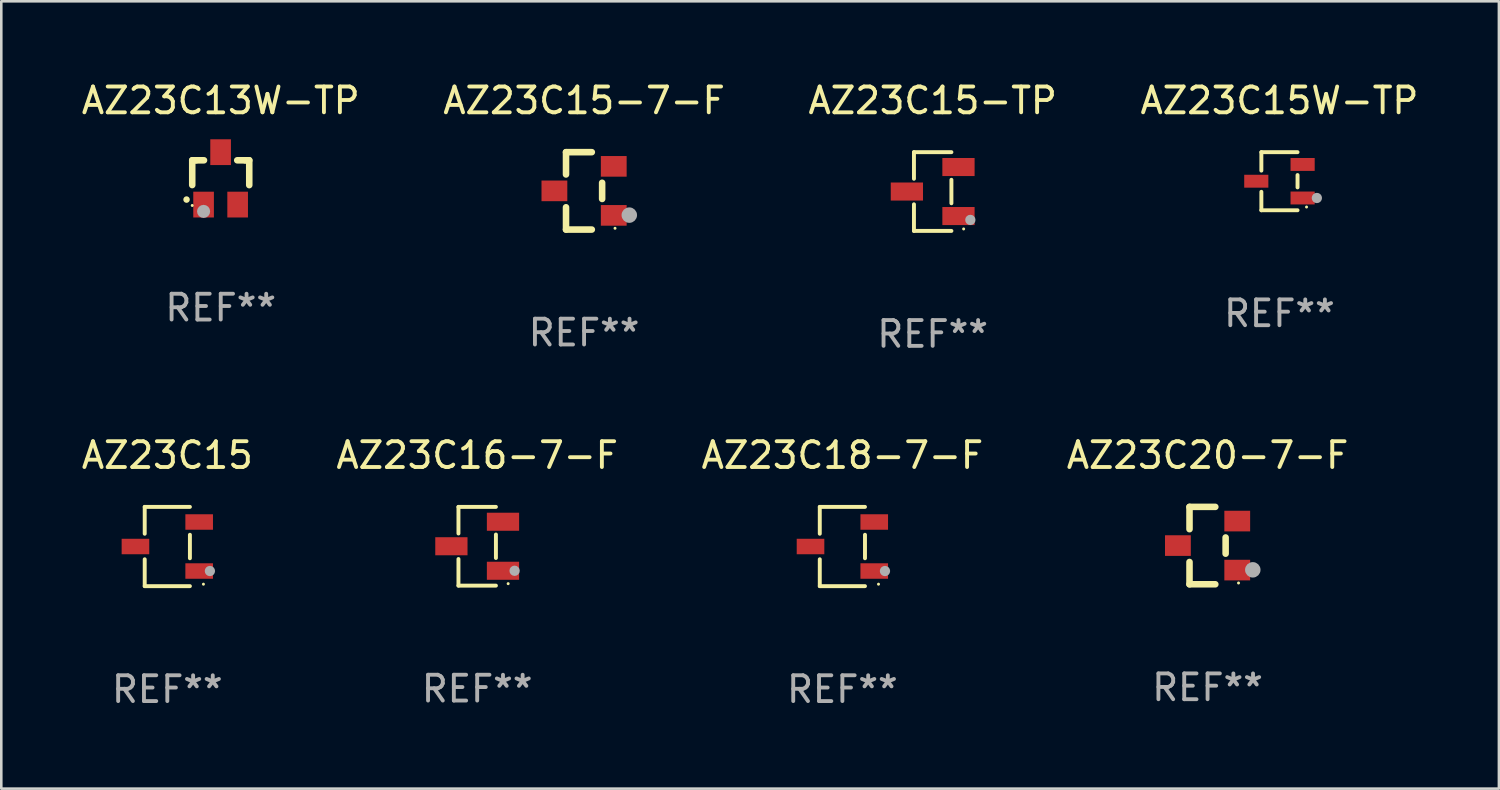
<source format=kicad_pcb>
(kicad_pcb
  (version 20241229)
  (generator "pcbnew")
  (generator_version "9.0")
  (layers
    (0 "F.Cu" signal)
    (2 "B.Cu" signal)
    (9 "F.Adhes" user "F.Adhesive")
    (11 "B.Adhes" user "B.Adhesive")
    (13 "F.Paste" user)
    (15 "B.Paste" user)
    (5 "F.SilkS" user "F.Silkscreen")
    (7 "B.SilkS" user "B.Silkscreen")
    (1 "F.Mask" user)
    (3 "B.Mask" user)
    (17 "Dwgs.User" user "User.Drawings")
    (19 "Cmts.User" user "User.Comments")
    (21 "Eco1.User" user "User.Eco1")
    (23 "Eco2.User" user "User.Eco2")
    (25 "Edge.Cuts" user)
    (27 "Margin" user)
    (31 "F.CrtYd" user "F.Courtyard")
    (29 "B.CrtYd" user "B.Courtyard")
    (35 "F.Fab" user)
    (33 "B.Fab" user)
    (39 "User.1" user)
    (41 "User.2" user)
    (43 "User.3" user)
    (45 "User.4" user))
  (footprint "AZ23C15"
    (layer "F.Cu")
    (at 3.435 18.133)
    (property "Reference" "AZ23C15" (at 0 -3.536 0) (layer "F.SilkS") (effects (font (size 1 1) (thickness 0.15))))
    (attr through_hole)
    (fp_line (start -0.876 -1.536) (end -0.876 -0.495) (stroke (width 0.152) (type solid)) (layer "F.SilkS"))
    (fp_line (start -0.876 1.536) (end -0.876 0.495) (stroke (width 0.152) (type solid)) (layer "F.SilkS"))
    (fp_line (start 0.876 -1.536) (end -0.876 -1.536) (stroke (width 0.152) (type solid)) (layer "F.SilkS"))
    (fp_line (start 0.876 -0.455) (end 0.876 0.455) (stroke (width 0.152) (type solid)) (layer "F.SilkS"))
    (fp_line (start 0.876 1.536) (end -0.876 1.536) (stroke (width 0.152) (type solid)) (layer "F.SilkS"))
    (fp_circle (center 1.4 1.46) (end 1.43 1.46) (stroke (width 0.06) (type solid)) (fill no) (layer "F.SilkS"))
    (fp_circle (center 1.651 0.95) (end 1.751 0.95) (stroke (width 0.2) (type solid)) (fill no) (layer "F.Fab"))
    (fp_text user "REF**" (at 0 5.536 0) (layer "F.Fab") (effects (font (size 1 1) (thickness 0.15))))
    (pad "1" smd rect (at 1.235 0.95) (size 1.07 0.6) (layers "F.Cu" "F.Mask" "F.Paste"))
    (pad "2" smd rect (at 1.235 -0.95) (size 1.07 0.6) (layers "F.Cu" "F.Mask" "F.Paste"))
    (pad "3" smd rect (at -1.235 0) (size 1.07 0.6) (layers "F.Cu" "F.Mask" "F.Paste")))
  (footprint "AZ23C15-TP"
    (layer "F.Cu")
    (at 33.101 4.374)
    (property "Reference" "AZ23C15-TP" (at 0 -3.526 0) (layer "F.SilkS") (effects (font (size 1 1) (thickness 0.15))))
    (attr through_hole)
    (fp_line (start -0.726 -1.526) (end -0.726 -0.495) (stroke (width 0.152) (type solid)) (layer "F.SilkS"))
    (fp_line (start -0.726 1.526) (end -0.726 0.495) (stroke (width 0.152) (type solid)) (layer "F.SilkS"))
    (fp_line (start 0.726 -1.526) (end -0.726 -1.526) (stroke (width 0.152) (type solid)) (layer "F.SilkS"))
    (fp_line (start 0.726 -0.455) (end 0.726 0.455) (stroke (width 0.152) (type solid)) (layer "F.SilkS"))
    (fp_line (start 0.726 1.526) (end -0.726 1.526) (stroke (width 0.152) (type solid)) (layer "F.SilkS"))
    (fp_circle (center 1.2 1.45) (end 1.23 1.45) (stroke (width 0.06) (type solid)) (fill no) (layer "F.SilkS"))
    (fp_circle (center 1.46 1.1) (end 1.56 1.1) (stroke (width 0.2) (type solid)) (fill no) (layer "F.Fab"))
    (fp_text user "REF**" (at 0 5.526 0) (layer "F.Fab") (effects (font (size 1 1) (thickness 0.15))))
    (pad "1" smd rect (at 1 0.95) (size 1.25 0.7) (layers "F.Cu" "F.Mask" "F.Paste"))
    (pad "2" smd rect (at 1 -0.95) (size 1.25 0.7) (layers "F.Cu" "F.Mask" "F.Paste"))
    (pad "3" smd rect (at -1 0) (size 1.25 0.7) (layers "F.Cu" "F.Mask" "F.Paste")))
  (footprint "AZ23C18-7-F"
    (layer "F.Cu")
    (at 29.601 18.133)
    (property "Reference" "AZ23C18-7-F" (at 0 -3.536 0) (layer "F.SilkS") (effects (font (size 1 1) (thickness 0.15))))
    (attr through_hole)
    (fp_line (start -0.876 -1.536) (end -0.876 -0.495) (stroke (width 0.152) (type solid)) (layer "F.SilkS"))
    (fp_line (start -0.876 1.536) (end -0.876 0.495) (stroke (width 0.152) (type solid)) (layer "F.SilkS"))
    (fp_line (start 0.876 -1.536) (end -0.876 -1.536) (stroke (width 0.152) (type solid)) (layer "F.SilkS"))
    (fp_line (start 0.876 -0.455) (end 0.876 0.455) (stroke (width 0.152) (type solid)) (layer "F.SilkS"))
    (fp_line (start 0.876 1.536) (end -0.876 1.536) (stroke (width 0.152) (type solid)) (layer "F.SilkS"))
    (fp_circle (center 1.4 1.46) (end 1.43 1.46) (stroke (width 0.06) (type solid)) (fill no) (layer "F.SilkS"))
    (fp_circle (center 1.651 0.95) (end 1.751 0.95) (stroke (width 0.2) (type solid)) (fill no) (layer "F.Fab"))
    (fp_text user "REF**" (at 0 5.536 0) (layer "F.Fab") (effects (font (size 1 1) (thickness 0.15))))
    (pad "1" smd rect (at 1.235 0.95) (size 1.07 0.6) (layers "F.Cu" "F.Mask" "F.Paste"))
    (pad "2" smd rect (at 1.235 -0.95) (size 1.07 0.6) (layers "F.Cu" "F.Mask" "F.Paste"))
    (pad "3" smd rect (at -1.235 0) (size 1.07 0.6) (layers "F.Cu" "F.Mask" "F.Paste")))
  (footprint "AZ23C20-7-F"
    (layer "F.Cu")
    (at 43.756 18.097)
    (property "Reference" "AZ23C20-7-F" (at 0 -3.5 0) (layer "F.SilkS") (effects (font (size 1 1) (thickness 0.15))))
    (attr through_hole)
    (fp_line (start -0.7 -1.5) (end 0.3 -1.5) (stroke (width 0.254) (type solid)) (layer "F.SilkS"))
    (fp_line (start -0.7 -0.636) (end -0.7 -1.5) (stroke (width 0.254) (type solid)) (layer "F.SilkS"))
    (fp_line (start -0.7 1.5) (end -0.7 0.636) (stroke (width 0.254) (type solid)) (layer "F.SilkS"))
    (fp_line (start -0.7 1.5) (end 0.3 1.5) (stroke (width 0.254) (type solid)) (layer "F.SilkS"))
    (fp_line (start 0.7 0.314) (end 0.7 -0.314) (stroke (width 0.254) (type solid)) (layer "F.SilkS"))
    (fp_circle (center 1.2 1.45) (end 1.23 1.45) (stroke (width 0.06) (type solid)) (fill no) (layer "F.SilkS"))
    (fp_circle (center 1.753 0.94) (end 1.903 0.94) (stroke (width 0.3) (type solid)) (fill no) (layer "F.Fab"))
    (fp_text user "REF**" (at 0 5.5 0) (layer "F.Fab") (effects (font (size 1 1) (thickness 0.15))))
    (pad "1" smd rect (at 1.15 0.95 180) (size 1 0.8) (layers "F.Cu" "F.Mask" "F.Paste"))
    (pad "2" smd rect (at 1.15 -0.95 180) (size 1 0.8) (layers "F.Cu" "F.Mask" "F.Paste"))
    (pad "3" smd rect (at -1.15 -0.000051 180) (size 1 0.8) (layers "F.Cu" "F.Mask" "F.Paste")))
  (footprint "AZ23C13W-TP"
    (layer "F.Cu")
    (at 5.506 3.864)
    (property "Reference" "AZ23C13W-TP" (at 0 -3.016 0) (layer "F.SilkS") (effects (font (size 1 1) (thickness 0.15))))
    (attr through_hole)
    (fp_line (start -1.105 -0.701) (end -1.105 0.259) (stroke (width 0.254) (type solid)) (layer "F.SilkS"))
    (fp_line (start -0.955 -0.701) (end -1.105 -0.701) (stroke (width 0.254) (type solid)) (layer "F.SilkS"))
    (fp_line (start -0.955 -0.701) (end -0.649 -0.701) (stroke (width 0.254) (type solid)) (layer "F.SilkS"))
    (fp_line (start 0.639 -0.701) (end 0.945 -0.701) (stroke (width 0.254) (type solid)) (layer "F.SilkS"))
    (fp_line (start 0.945 -0.701) (end 1.105 -0.701) (stroke (width 0.254) (type solid)) (layer "F.SilkS"))
    (fp_line (start 1.105 -0.701) (end 1.105 0.261) (stroke (width 0.254) (type solid)) (layer "F.SilkS"))
    (fp_arc (start -1.324994 0.82253) (mid -1.325 0.82126) (end -1.324994 0.81999) (stroke (width 0.24892) (type solid)) (layer "F.SilkS"))
    (fp_circle (center -1.105 1.05) (end -1.075 1.05) (stroke (width 0.06) (type solid)) (fill no) (layer "F.SilkS"))
    (fp_circle (center -0.665 1.28) (end -0.538 1.28) (stroke (width 0.254) (type solid)) (fill no) (layer "F.Fab"))
    (fp_text user "REF**" (at 0 5.016 0) (layer "F.Fab") (effects (font (size 1 1) (thickness 0.15))))
    (pad "1" smd rect (at -0.665 1.016) (size 0.8 1) (layers "F.Cu" "F.Mask" "F.Paste"))
    (pad "2" smd rect (at 0.655 1.016) (size 0.8 1) (layers "F.Cu" "F.Mask" "F.Paste"))
    (pad "3" smd rect (at -0.005 -1.016) (size 0.8 1) (layers "F.Cu" "F.Mask" "F.Paste")))
  (footprint "AZ23C16-7-F"
    (layer "F.Cu")
    (at 15.446 18.123)
    (property "Reference" "AZ23C16-7-F" (at 0 -3.526 0) (layer "F.SilkS") (effects (font (size 1 1) (thickness 0.15))))
    (attr through_hole)
    (fp_line (start -0.726 -1.526) (end -0.726 -0.495) (stroke (width 0.152) (type solid)) (layer "F.SilkS"))
    (fp_line (start -0.726 1.526) (end -0.726 0.495) (stroke (width 0.152) (type solid)) (layer "F.SilkS"))
    (fp_line (start 0.726 -1.526) (end -0.726 -1.526) (stroke (width 0.152) (type solid)) (layer "F.SilkS"))
    (fp_line (start 0.726 -0.455) (end 0.726 0.455) (stroke (width 0.152) (type solid)) (layer "F.SilkS"))
    (fp_line (start 0.726 1.526) (end -0.726 1.526) (stroke (width 0.152) (type solid)) (layer "F.SilkS"))
    (fp_circle (center 1.2 1.45) (end 1.23 1.45) (stroke (width 0.06) (type solid)) (fill no) (layer "F.SilkS"))
    (fp_circle (center 1.45 0.95) (end 1.55 0.95) (stroke (width 0.2) (type solid)) (fill no) (layer "F.Fab"))
    (fp_text user "REF**" (at 0 5.526 0) (layer "F.Fab") (effects (font (size 1 1) (thickness 0.15))))
    (pad "1" smd rect (at 1 0.95) (size 1.25 0.7) (layers "F.Cu" "F.Mask" "F.Paste"))
    (pad "2" smd rect (at 1 -0.95) (size 1.25 0.7) (layers "F.Cu" "F.Mask" "F.Paste"))
    (pad "3" smd rect (at -1 0) (size 1.25 0.7) (layers "F.Cu" "F.Mask" "F.Paste")))
  (footprint "AZ23C15W-TP"
    (layer "F.Cu")
    (at 46.542 3.974)
    (property "Reference" "AZ23C15W-TP" (at 0 -3.126 0) (layer "F.SilkS") (effects (font (size 1 1) (thickness 0.15))))
    (attr through_hole)
    (fp_line (start -0.701 -1.126) (end -0.701 -0.411) (stroke (width 0.152) (type solid)) (layer "F.SilkS"))
    (fp_line (start -0.701 1.126) (end -0.701 0.411) (stroke (width 0.152) (type solid)) (layer "F.SilkS"))
    (fp_line (start 0.701 -1.126) (end -0.701 -1.126) (stroke (width 0.152) (type solid)) (layer "F.SilkS"))
    (fp_line (start 0.701 -0.239) (end 0.701 0.239) (stroke (width 0.152) (type solid)) (layer "F.SilkS"))
    (fp_line (start 0.701 1.126) (end -0.701 1.126) (stroke (width 0.152) (type solid)) (layer "F.SilkS"))
    (fp_circle (center 1.05 1) (end 1.08 1) (stroke (width 0.06) (type solid)) (fill no) (layer "F.SilkS"))
    (fp_circle (center 1.45 0.65) (end 1.55 0.65) (stroke (width 0.2) (type solid)) (fill no) (layer "F.Fab"))
    (fp_text user "REF**" (at 0 5.126 0) (layer "F.Fab") (effects (font (size 1 1) (thickness 0.15))))
    (pad "1" smd rect (at 0.898 0.65) (size 0.936 0.5) (layers "F.Cu" "F.Mask" "F.Paste"))
    (pad "2" smd rect (at 0.898 -0.65) (size 0.936 0.5) (layers "F.Cu" "F.Mask" "F.Paste"))
    (pad "3" smd rect (at -0.898 0) (size 0.936 0.5) (layers "F.Cu" "F.Mask" "F.Paste")))
  (footprint "AZ23C15-7-F"
    (layer "F.Cu")
    (at 19.589 4.348)
    (property "Reference" "AZ23C15-7-F" (at 0 -3.5 0) (layer "F.SilkS") (effects (font (size 1 1) (thickness 0.15))))
    (attr through_hole)
    (fp_line (start -0.7 -1.5) (end 0.3 -1.5) (stroke (width 0.254) (type solid)) (layer "F.SilkS"))
    (fp_line (start -0.7 -0.636) (end -0.7 -1.5) (stroke (width 0.254) (type solid)) (layer "F.SilkS"))
    (fp_line (start -0.7 1.5) (end -0.7 0.636) (stroke (width 0.254) (type solid)) (layer "F.SilkS"))
    (fp_line (start -0.7 1.5) (end 0.3 1.5) (stroke (width 0.254) (type solid)) (layer "F.SilkS"))
    (fp_line (start 0.7 0.314) (end 0.7 -0.314) (stroke (width 0.254) (type solid)) (layer "F.SilkS"))
    (fp_circle (center 1.2 1.45) (end 1.23 1.45) (stroke (width 0.06) (type solid)) (fill no) (layer "F.SilkS"))
    (fp_circle (center 1.753 0.94) (end 1.903 0.94) (stroke (width 0.3) (type solid)) (fill no) (layer "F.Fab"))
    (fp_text user "REF**" (at 0 5.5 0) (layer "F.Fab") (effects (font (size 1 1) (thickness 0.15))))
    (pad "1" smd rect (at 1.15 0.95 180) (size 1 0.8) (layers "F.Cu" "F.Mask" "F.Paste"))
    (pad "2" smd rect (at 1.15 -0.95 180) (size 1 0.8) (layers "F.Cu" "F.Mask" "F.Paste"))
    (pad "3" smd rect (at -1.15 -0.000051 180) (size 1 0.8) (layers "F.Cu" "F.Mask" "F.Paste")))
  (gr_rect
    (start -3 -3)
    (end 55.048 27.518)
    (stroke (width 0.1) (type default))
    (fill no)
    (layer "Edge.Cuts")))
</source>
